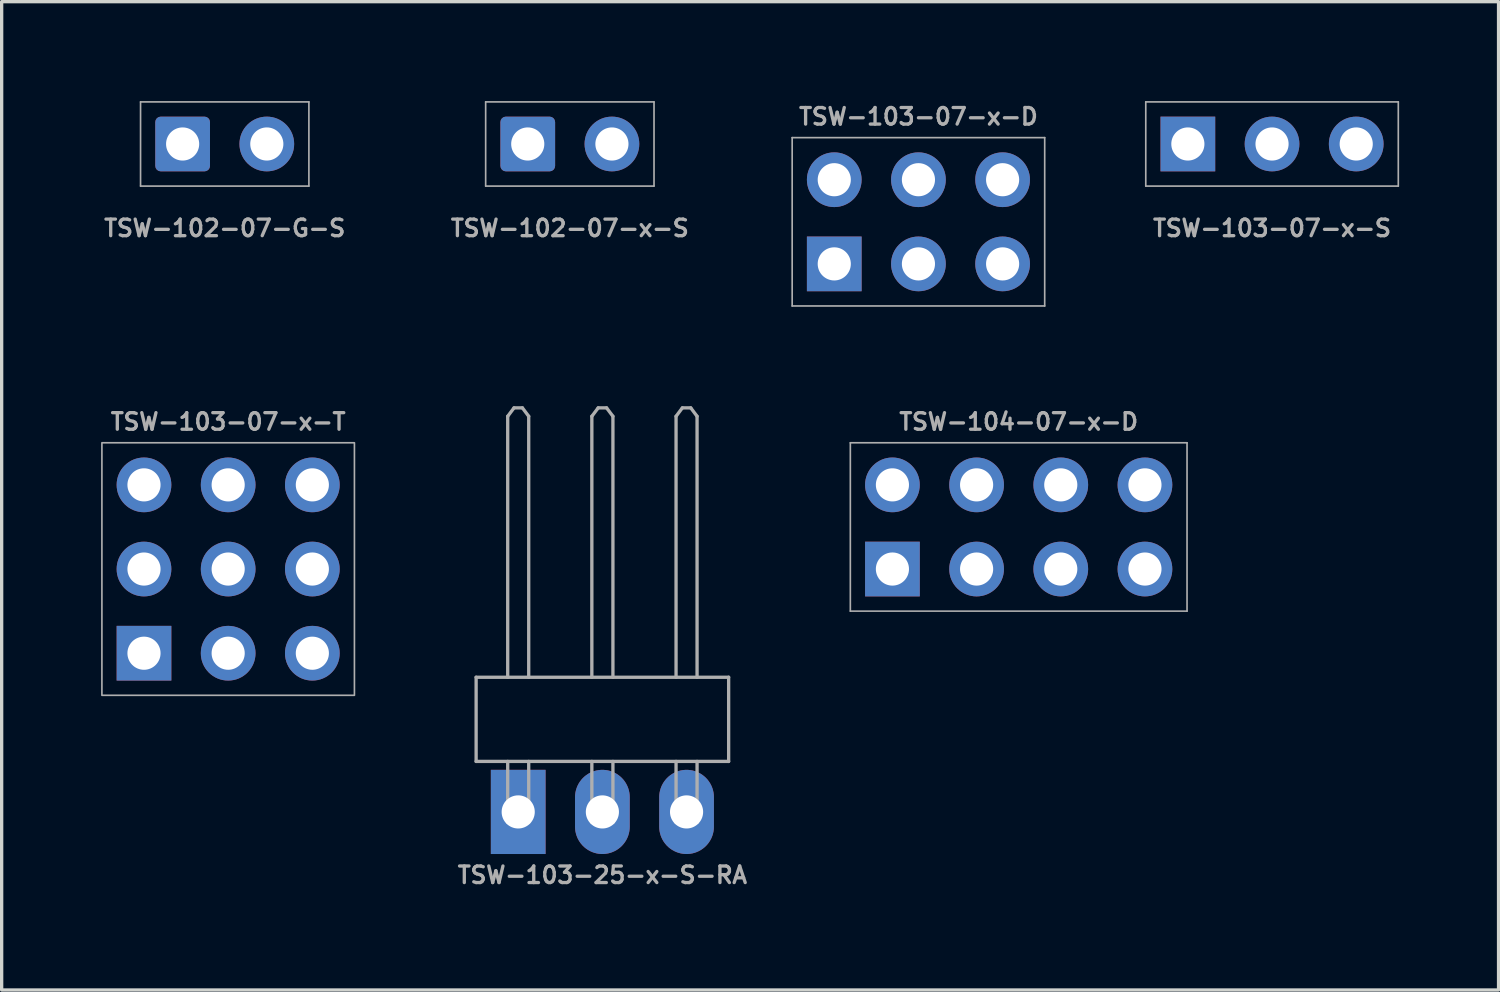
<source format=kicad_pcb>
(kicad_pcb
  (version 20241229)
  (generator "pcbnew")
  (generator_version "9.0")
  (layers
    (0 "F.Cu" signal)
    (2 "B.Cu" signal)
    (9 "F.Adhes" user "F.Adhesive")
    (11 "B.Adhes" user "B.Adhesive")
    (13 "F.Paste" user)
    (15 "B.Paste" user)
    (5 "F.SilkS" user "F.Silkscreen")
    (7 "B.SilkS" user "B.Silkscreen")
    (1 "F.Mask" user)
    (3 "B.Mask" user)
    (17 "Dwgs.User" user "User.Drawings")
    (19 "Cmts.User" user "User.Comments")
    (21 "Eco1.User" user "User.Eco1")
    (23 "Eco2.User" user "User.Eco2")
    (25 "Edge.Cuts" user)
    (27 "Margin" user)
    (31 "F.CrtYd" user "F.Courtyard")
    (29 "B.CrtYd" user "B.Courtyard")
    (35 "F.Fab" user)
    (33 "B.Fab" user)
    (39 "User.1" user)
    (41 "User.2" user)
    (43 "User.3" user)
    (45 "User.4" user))
  (footprint "TSW-103-07-x-S"
    (layer "F.Cu")
    (at 35.334 1.295)
    (property "Reference" "TSW-103-07-x-S" (at 0 2.54 0) (layer "F.Fab") (effects (font (size 0.5 0.5) (thickness 0.1))))
    (attr through_hole)
    (fp_line (start -3.81 -1.27) (end -3.81 1.27) (stroke (width 0.05) (type solid)) (layer "F.Fab"))
    (fp_line (start -3.81 1.27) (end 3.81 1.27) (stroke (width 0.05) (type solid)) (layer "F.Fab"))
    (fp_line (start 3.81 -1.27) (end -3.81 -1.27) (stroke (width 0.05) (type solid)) (layer "F.Fab"))
    (fp_line (start 3.81 1.27) (end 3.81 -1.27) (stroke (width 0.05) (type solid)) (layer "F.Fab"))
    (pad "1" thru_hole rect (at -2.54 0 90) (size 1.651 1.651) (drill 1) (layers "*.Cu" "*.Mask"))
    (pad "2" thru_hole oval (at 0 0 90) (size 1.651 1.651) (drill 1) (layers "*.Cu" "*.Mask"))
    (pad "3" thru_hole oval (at 2.54 0 90) (size 1.651 1.651) (drill 1) (layers "*.Cu" "*.Mask")))
  (footprint "TSW-102-07-x-S"
    (layer "F.Cu")
    (at 14.145 1.295)
    (property "Reference" "TSW-102-07-x-S" (at 0 2.54 0) (layer "F.Fab") (effects (font (size 0.5 0.5) (thickness 0.1))))
    (attr through_hole)
    (fp_line (start -2.54 -1.27) (end -2.54 1.27) (stroke (width 0.05) (type solid)) (layer "F.Fab"))
    (fp_line (start -2.54 1.27) (end 2.54 1.27) (stroke (width 0.05) (type solid)) (layer "F.Fab"))
    (fp_line (start 2.54 -1.27) (end -2.54 -1.27) (stroke (width 0.05) (type solid)) (layer "F.Fab"))
    (fp_line (start 2.54 1.27) (end 2.54 -1.27) (stroke (width 0.05) (type solid)) (layer "F.Fab"))
    (pad "1" thru_hole roundrect (at -1.27 0 90) (size 1.651 1.651) (drill 1) (layers "*.Cu" "*.Mask") (roundrect_rratio 0.1))
    (pad "2" thru_hole oval (at 1.27 0 90) (size 1.651 1.651) (drill 1) (layers "*.Cu" "*.Mask")))
  (footprint "TSW-103-07-x-D"
    (layer "F.Cu")
    (at 24.664 3.643)
    (property "Reference" "TSW-103-07-x-D" (at 0 -3.175 0) (layer "F.Fab") (effects (font (size 0.5 0.5) (thickness 0.1))))
    (attr through_hole)
    (fp_line (start -3.81 -2.54) (end -3.81 2.54) (stroke (width 0.05) (type solid)) (layer "F.Fab"))
    (fp_line (start -3.81 2.54) (end 3.81 2.54) (stroke (width 0.05) (type solid)) (layer "F.Fab"))
    (fp_line (start 3.81 -2.54) (end -3.81 -2.54) (stroke (width 0.05) (type solid)) (layer "F.Fab"))
    (fp_line (start 3.81 2.54) (end 3.81 -2.54) (stroke (width 0.05) (type solid)) (layer "F.Fab"))
    (pad "1" thru_hole rect (at -2.54 1.27 90) (size 1.651 1.651) (drill 1) (layers "*.Cu" "*.Mask"))
    (pad "2" thru_hole circle (at -2.54 -1.27 90) (size 1.651 1.651) (drill 1) (layers "*.Cu" "*.Mask"))
    (pad "3" thru_hole circle (at 0 1.27 90) (size 1.651 1.651) (drill 1) (layers "*.Cu" "*.Mask"))
    (pad "4" thru_hole circle (at 0 -1.27 90) (size 1.651 1.651) (drill 1) (layers "*.Cu" "*.Mask"))
    (pad "5" thru_hole circle (at 2.54 1.27) (size 1.651 1.651) (drill 1) (layers "*.Cu" "*.Mask"))
    (pad "6" thru_hole circle (at 2.54 -1.27) (size 1.651 1.651) (drill 1) (layers "*.Cu" "*.Mask")))
  (footprint "TSW-103-25-x-S-RA"
    (layer "F.Cu")
    (at 15.127 21.45)
    (property "Reference" "TSW-103-25-x-S-RA" (at 0 1.905 0) (layer "F.Fab") (effects (font (size 0.5 0.5) (thickness 0.1))))
    (attr through_hole)
    (fp_line (start -3.81 -4.064) (end -3.81 -1.524) (stroke (width 0.1) (type solid)) (layer "F.Fab"))
    (fp_line (start -3.81 -1.524) (end 3.81 -1.524) (stroke (width 0.1) (type solid)) (layer "F.Fab"))
    (fp_line (start -2.857 -11.938) (end -2.667 -12.192) (stroke (width 0.1) (type solid)) (layer "F.Fab"))
    (fp_line (start -2.857 -4.064) (end -2.857 -11.938) (stroke (width 0.1) (type solid)) (layer "F.Fab"))
    (fp_line (start -2.857 0.318) (end -2.857 -1.524) (stroke (width 0.1) (type solid)) (layer "F.Fab"))
    (fp_line (start -2.857 0.318) (end -2.223 0.318) (stroke (width 0.1) (type solid)) (layer "F.Fab"))
    (fp_line (start -2.667 -12.192) (end -2.413 -12.192) (stroke (width 0.1) (type solid)) (layer "F.Fab"))
    (fp_line (start -2.413 -12.192) (end -2.223 -11.938) (stroke (width 0.1) (type solid)) (layer "F.Fab"))
    (fp_line (start -2.223 -11.938) (end -2.223 -4.064) (stroke (width 0.1) (type solid)) (layer "F.Fab"))
    (fp_line (start -2.223 -1.524) (end -2.223 0.318) (stroke (width 0.1) (type solid)) (layer "F.Fab"))
    (fp_line (start -0.318 -11.938) (end -0.127 -12.192) (stroke (width 0.1) (type solid)) (layer "F.Fab"))
    (fp_line (start -0.318 -4.064) (end -0.318 -11.938) (stroke (width 0.1) (type solid)) (layer "F.Fab"))
    (fp_line (start -0.318 0.318) (end -0.318 -1.524) (stroke (width 0.1) (type solid)) (layer "F.Fab"))
    (fp_line (start -0.318 0.318) (end 0.318 0.318) (stroke (width 0.1) (type solid)) (layer "F.Fab"))
    (fp_line (start -0.127 -12.192) (end 0.127 -12.192) (stroke (width 0.1) (type solid)) (layer "F.Fab"))
    (fp_line (start 0.127 -12.192) (end 0.318 -11.938) (stroke (width 0.1) (type solid)) (layer "F.Fab"))
    (fp_line (start 0.318 -11.938) (end 0.318 -4.064) (stroke (width 0.1) (type solid)) (layer "F.Fab"))
    (fp_line (start 0.318 -1.524) (end 0.318 0.318) (stroke (width 0.1) (type solid)) (layer "F.Fab"))
    (fp_line (start 2.223 -11.938) (end 2.413 -12.192) (stroke (width 0.1) (type solid)) (layer "F.Fab"))
    (fp_line (start 2.223 -4.064) (end 2.223 -11.938) (stroke (width 0.1) (type solid)) (layer "F.Fab"))
    (fp_line (start 2.223 0.318) (end 2.223 -1.524) (stroke (width 0.1) (type solid)) (layer "F.Fab"))
    (fp_line (start 2.223 0.318) (end 2.857 0.318) (stroke (width 0.1) (type solid)) (layer "F.Fab"))
    (fp_line (start 2.413 -12.192) (end 2.667 -12.192) (stroke (width 0.1) (type solid)) (layer "F.Fab"))
    (fp_line (start 2.667 -12.192) (end 2.857 -11.938) (stroke (width 0.1) (type solid)) (layer "F.Fab"))
    (fp_line (start 2.857 -11.938) (end 2.857 -4.064) (stroke (width 0.1) (type solid)) (layer "F.Fab"))
    (fp_line (start 2.857 -1.524) (end 2.857 0.318) (stroke (width 0.1) (type solid)) (layer "F.Fab"))
    (fp_line (start 3.81 -4.064) (end -3.81 -4.064) (stroke (width 0.1) (type solid)) (layer "F.Fab"))
    (fp_line (start 3.81 -1.524) (end 3.81 -4.064) (stroke (width 0.1) (type solid)) (layer "F.Fab"))
    (pad "1" thru_hole rect (at -2.54 0 90) (size 2.54 1.651) (drill 1) (layers "*.Cu" "*.Mask"))
    (pad "2" thru_hole oval (at 0 0 90) (size 2.54 1.651) (drill 1) (layers "*.Cu" "*.Mask"))
    (pad "3" thru_hole oval (at 2.54 0 90) (size 2.54 1.651) (drill 1) (layers "*.Cu" "*.Mask")))
  (footprint "TSW-103-07-x-T"
    (layer "F.Cu")
    (at 3.835 14.121)
    (property "Reference" "TSW-103-07-x-T" (at 0 -4.445 0) (layer "F.Fab") (effects (font (size 0.5 0.5) (thickness 0.1))))
    (attr through_hole)
    (fp_rect (start -3.81 -3.81) (end 3.81 3.81) (stroke (width 0.05) (type solid)) (fill no) (layer "F.Fab"))
    (pad "1" thru_hole rect (at -2.54 2.54 90) (size 1.651 1.651) (drill 1) (layers "*.Cu" "*.Mask"))
    (pad "2" thru_hole circle (at -2.54 0 90) (size 1.651 1.651) (drill 1) (layers "*.Cu" "*.Mask"))
    (pad "3" thru_hole circle (at -2.54 -2.54 90) (size 1.651 1.651) (drill 1) (layers "*.Cu" "*.Mask"))
    (pad "4" thru_hole circle (at 0 2.54 90) (size 1.651 1.651) (drill 1) (layers "*.Cu" "*.Mask"))
    (pad "5" thru_hole circle (at 0 0) (size 1.651 1.651) (drill 1) (layers "*.Cu" "*.Mask"))
    (pad "6" thru_hole circle (at 0 -2.54) (size 1.651 1.651) (drill 1) (layers "*.Cu" "*.Mask"))
    (pad "7" thru_hole circle (at 2.54 2.54) (size 1.651 1.651) (drill 1) (layers "*.Cu" "*.Mask"))
    (pad "8" thru_hole circle (at 2.54 0) (size 1.651 1.651) (drill 1) (layers "*.Cu" "*.Mask"))
    (pad "9" thru_hole circle (at 2.54 -2.54 90) (size 1.651 1.651) (drill 1) (layers "*.Cu" "*.Mask")))
  (footprint "TSW-102-07-G-S"
    (layer "F.Cu")
    (at 3.731 1.295)
    (property "Reference" "TSW-102-07-G-S" (at 0 2.54 0) (layer "F.Fab") (effects (font (size 0.5 0.5) (thickness 0.1))))
    (attr through_hole)
    (fp_line (start -2.54 -1.27) (end -2.54 1.27) (stroke (width 0.05) (type solid)) (layer "F.Fab"))
    (fp_line (start -2.54 1.27) (end 2.54 1.27) (stroke (width 0.05) (type solid)) (layer "F.Fab"))
    (fp_line (start 2.54 -1.27) (end -2.54 -1.27) (stroke (width 0.05) (type solid)) (layer "F.Fab"))
    (fp_line (start 2.54 1.27) (end 2.54 -1.27) (stroke (width 0.05) (type solid)) (layer "F.Fab"))
    (pad "1" thru_hole roundrect (at -1.27 0 90) (size 1.651 1.651) (drill 1) (layers "*.Cu" "*.Mask") (roundrect_rratio 0.1))
    (pad "2" thru_hole oval (at 1.27 0 90) (size 1.651 1.651) (drill 1) (layers "*.Cu" "*.Mask")))
  (footprint "TSW-104-07-x-D"
    (layer "F.Cu")
    (at 27.689 12.851)
    (property "Reference" "TSW-104-07-x-D" (at 0 -3.175 0) (layer "F.Fab") (effects (font (size 0.5 0.5) (thickness 0.1))))
    (attr through_hole)
    (fp_line (start -5.08 -2.54) (end -5.08 2.54) (stroke (width 0.05) (type solid)) (layer "F.Fab"))
    (fp_line (start -5.08 2.54) (end 5.08 2.54) (stroke (width 0.05) (type solid)) (layer "F.Fab"))
    (fp_line (start 5.08 -2.54) (end -5.08 -2.54) (stroke (width 0.05) (type solid)) (layer "F.Fab"))
    (fp_line (start 5.08 2.54) (end 5.08 -2.54) (stroke (width 0.05) (type solid)) (layer "F.Fab"))
    (pad "1" thru_hole rect (at -3.81 1.27 90) (size 1.651 1.651) (drill 1) (layers "*.Cu" "*.Mask"))
    (pad "2" thru_hole circle (at -3.81 -1.27 90) (size 1.651 1.651) (drill 1) (layers "*.Cu" "*.Mask"))
    (pad "3" thru_hole circle (at -1.27 1.27 90) (size 1.651 1.651) (drill 1) (layers "*.Cu" "*.Mask"))
    (pad "4" thru_hole circle (at -1.27 -1.27 90) (size 1.651 1.651) (drill 1) (layers "*.Cu" "*.Mask"))
    (pad "5" thru_hole circle (at 1.27 1.27) (size 1.651 1.651) (drill 1) (layers "*.Cu" "*.Mask"))
    (pad "6" thru_hole circle (at 1.27 -1.27) (size 1.651 1.651) (drill 1) (layers "*.Cu" "*.Mask"))
    (pad "7" thru_hole circle (at 3.81 1.27) (size 1.651 1.651) (drill 1) (layers "*.Cu" "*.Mask"))
    (pad "8" thru_hole circle (at 3.81 -1.27) (size 1.651 1.651) (drill 1) (layers "*.Cu" "*.Mask")))
  (gr_rect
    (start -3 -3)
    (end 42.169 26.823)
    (stroke (width 0.1) (type default))
    (fill no)
    (layer "Edge.Cuts")))
</source>
